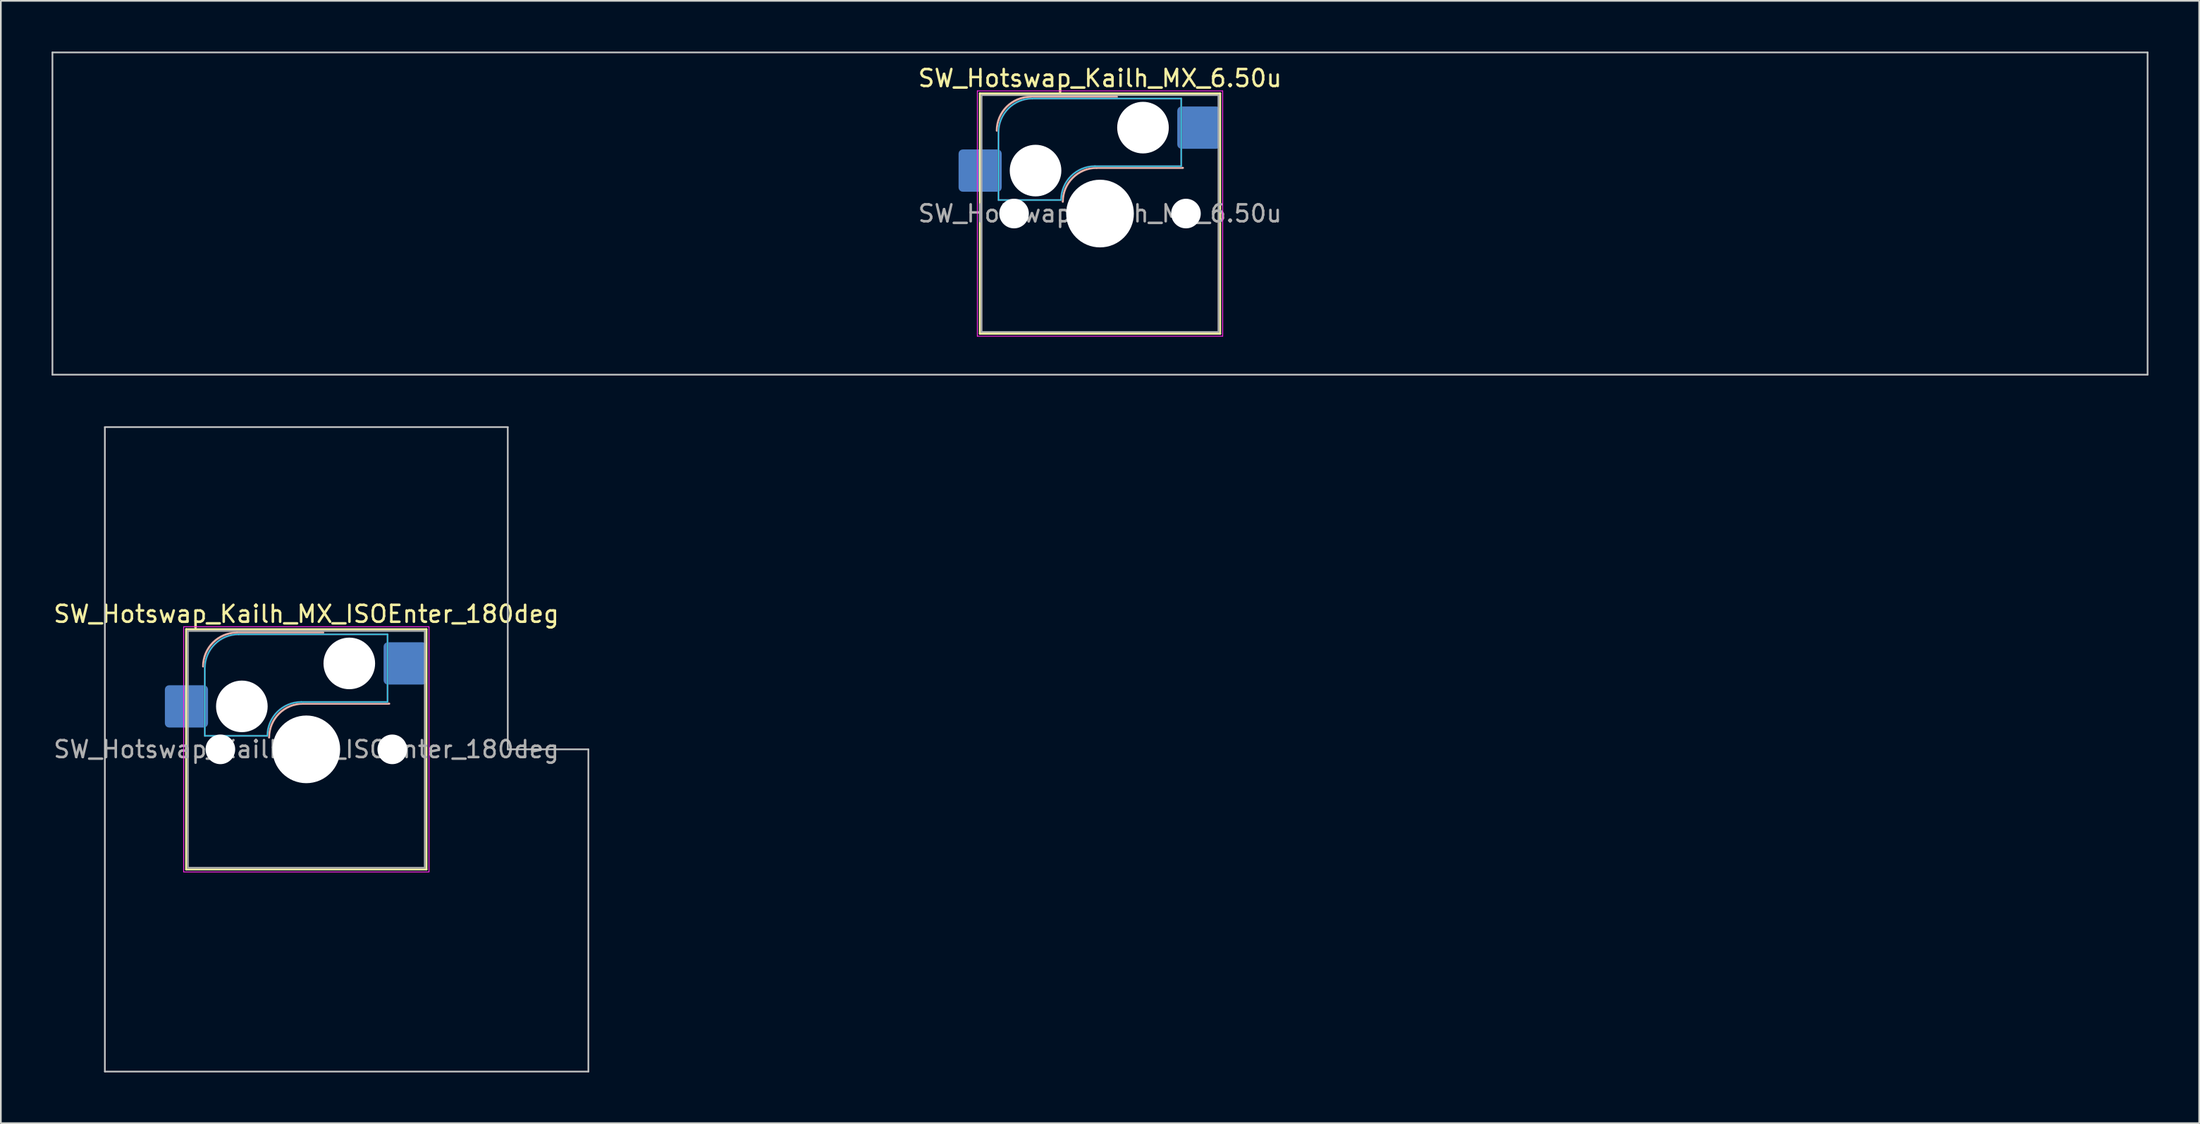
<source format=kicad_pcb>
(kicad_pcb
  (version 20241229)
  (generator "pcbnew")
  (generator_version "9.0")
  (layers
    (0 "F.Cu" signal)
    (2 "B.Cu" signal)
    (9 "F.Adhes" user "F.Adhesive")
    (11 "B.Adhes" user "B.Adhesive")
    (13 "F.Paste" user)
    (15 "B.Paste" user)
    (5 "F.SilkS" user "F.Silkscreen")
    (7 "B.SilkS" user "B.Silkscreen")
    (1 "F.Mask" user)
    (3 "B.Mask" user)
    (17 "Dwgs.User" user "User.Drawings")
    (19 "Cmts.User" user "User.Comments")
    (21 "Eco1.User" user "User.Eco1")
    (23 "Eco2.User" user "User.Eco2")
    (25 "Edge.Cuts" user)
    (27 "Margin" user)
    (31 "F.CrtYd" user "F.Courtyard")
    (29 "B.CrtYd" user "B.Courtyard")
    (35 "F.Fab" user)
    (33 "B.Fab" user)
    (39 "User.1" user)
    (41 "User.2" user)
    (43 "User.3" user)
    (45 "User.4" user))
  (footprint "SW_Hotswap_Kailh_MX_ISOEnter_180deg"
    (layer "F.Cu")
    (at 15.054 41.25)
    (property "Reference" "SW_Hotswap_Kailh_MX_ISOEnter_180deg" (at 0 -8 0) (layer "F.SilkS") (effects (font (size 1 1) (thickness 0.15))))
    (attr smd)
    (fp_line (start -7.1 -7.1) (end -7.1 7.1) (stroke (width 0.12) (type solid)) (layer "F.SilkS"))
    (fp_line (start -7.1 7.1) (end 7.1 7.1) (stroke (width 0.12) (type solid)) (layer "F.SilkS"))
    (fp_line (start 7.1 -7.1) (end -7.1 -7.1) (stroke (width 0.12) (type solid)) (layer "F.SilkS"))
    (fp_line (start 7.1 7.1) (end 7.1 -7.1) (stroke (width 0.12) (type solid)) (layer "F.SilkS"))
    (fp_line (start -4.1 -6.9) (end 1 -6.9) (stroke (width 0.12) (type solid)) (layer "B.SilkS"))
    (fp_line (start -0.2 -2.7) (end 4.9 -2.7) (stroke (width 0.12) (type solid)) (layer "B.SilkS"))
    (fp_arc (start -6.1 -4.9) (mid -5.514214 -6.314214) (end -4.1 -6.9) (stroke (width 0.12) (type solid)) (layer "B.SilkS"))
    (fp_arc (start -2.2 -0.7) (mid -1.614214 -2.114214) (end -0.2 -2.7) (stroke (width 0.12) (type solid)) (layer "B.SilkS"))
    (fp_line (start -11.906 -19.05) (end -11.906 19.05) (stroke (width 0.1) (type solid)) (layer "Dwgs.User"))
    (fp_line (start -11.906 19.05) (end 16.669 19.05) (stroke (width 0.1) (type solid)) (layer "Dwgs.User"))
    (fp_line (start 11.906 -19.05) (end -11.906 -19.05) (stroke (width 0.1) (type solid)) (layer "Dwgs.User"))
    (fp_line (start 11.906 0) (end 11.906 -19.05) (stroke (width 0.1) (type solid)) (layer "Dwgs.User"))
    (fp_line (start 16.669 0) (end 11.906 0) (stroke (width 0.1) (type solid)) (layer "Dwgs.User"))
    (fp_line (start 16.669 19.05) (end 16.669 0) (stroke (width 0.1) (type solid)) (layer "Dwgs.User"))
    (fp_line (start -7.8 -6) (end -7 -6) (stroke (width 0.1) (type solid)) (layer "Eco1.User"))
    (fp_line (start -7.8 -2.9) (end -7.8 -6) (stroke (width 0.1) (type solid)) (layer "Eco1.User"))
    (fp_line (start -7.8 2.9) (end -7 2.9) (stroke (width 0.1) (type solid)) (layer "Eco1.User"))
    (fp_line (start -7.8 6) (end -7.8 2.9) (stroke (width 0.1) (type solid)) (layer "Eco1.User"))
    (fp_line (start -7 -7) (end 7 -7) (stroke (width 0.1) (type solid)) (layer "Eco1.User"))
    (fp_line (start -7 -6) (end -7 -7) (stroke (width 0.1) (type solid)) (layer "Eco1.User"))
    (fp_line (start -7 -2.9) (end -7.8 -2.9) (stroke (width 0.1) (type solid)) (layer "Eco1.User"))
    (fp_line (start -7 2.9) (end -7 -2.9) (stroke (width 0.1) (type solid)) (layer "Eco1.User"))
    (fp_line (start -7 6) (end -7.8 6) (stroke (width 0.1) (type solid)) (layer "Eco1.User"))
    (fp_line (start -7 7) (end -7 6) (stroke (width 0.1) (type solid)) (layer "Eco1.User"))
    (fp_line (start 7 -7) (end 7 -6) (stroke (width 0.1) (type solid)) (layer "Eco1.User"))
    (fp_line (start 7 -6) (end 7.8 -6) (stroke (width 0.1) (type solid)) (layer "Eco1.User"))
    (fp_line (start 7 -2.9) (end 7 2.9) (stroke (width 0.1) (type solid)) (layer "Eco1.User"))
    (fp_line (start 7 2.9) (end 7.8 2.9) (stroke (width 0.1) (type solid)) (layer "Eco1.User"))
    (fp_line (start 7 6) (end 7 7) (stroke (width 0.1) (type solid)) (layer "Eco1.User"))
    (fp_line (start 7 7) (end -7 7) (stroke (width 0.1) (type solid)) (layer "Eco1.User"))
    (fp_line (start 7.8 -6) (end 7.8 -2.9) (stroke (width 0.1) (type solid)) (layer "Eco1.User"))
    (fp_line (start 7.8 -2.9) (end 7 -2.9) (stroke (width 0.1) (type solid)) (layer "Eco1.User"))
    (fp_line (start 7.8 2.9) (end 7.8 6) (stroke (width 0.1) (type solid)) (layer "Eco1.User"))
    (fp_line (start 7.8 6) (end 7 6) (stroke (width 0.1) (type solid)) (layer "Eco1.User"))
    (fp_line (start -6 -0.8) (end -6 -4.8) (stroke (width 0.05) (type solid)) (layer "B.CrtYd"))
    (fp_line (start -6 -0.8) (end -2.3 -0.8) (stroke (width 0.05) (type solid)) (layer "B.CrtYd"))
    (fp_line (start -4 -6.8) (end 4.8 -6.8) (stroke (width 0.05) (type solid)) (layer "B.CrtYd"))
    (fp_line (start -0.3 -2.8) (end 4.8 -2.8) (stroke (width 0.05) (type solid)) (layer "B.CrtYd"))
    (fp_line (start 4.8 -6.8) (end 4.8 -2.8) (stroke (width 0.05) (type solid)) (layer "B.CrtYd"))
    (fp_arc (start -6 -4.8) (mid -5.414214 -6.214214) (end -4 -6.8) (stroke (width 0.05) (type solid)) (layer "B.CrtYd"))
    (fp_arc (start -2.3 -0.8) (mid -1.714214 -2.214214) (end -0.3 -2.8) (stroke (width 0.05) (type solid)) (layer "B.CrtYd"))
    (fp_line (start -7.25 -7.25) (end -7.25 7.25) (stroke (width 0.05) (type solid)) (layer "F.CrtYd"))
    (fp_line (start -7.25 7.25) (end 7.25 7.25) (stroke (width 0.05) (type solid)) (layer "F.CrtYd"))
    (fp_line (start 7.25 -7.25) (end -7.25 -7.25) (stroke (width 0.05) (type solid)) (layer "F.CrtYd"))
    (fp_line (start 7.25 7.25) (end 7.25 -7.25) (stroke (width 0.05) (type solid)) (layer "F.CrtYd"))
    (fp_line (start -6 -0.8) (end -6 -4.8) (stroke (width 0.12) (type solid)) (layer "B.Fab"))
    (fp_line (start -6 -0.8) (end -2.3 -0.8) (stroke (width 0.12) (type solid)) (layer "B.Fab"))
    (fp_line (start -4 -6.8) (end 4.8 -6.8) (stroke (width 0.12) (type solid)) (layer "B.Fab"))
    (fp_line (start -0.3 -2.8) (end 4.8 -2.8) (stroke (width 0.12) (type solid)) (layer "B.Fab"))
    (fp_line (start 4.8 -6.8) (end 4.8 -2.8) (stroke (width 0.12) (type solid)) (layer "B.Fab"))
    (fp_arc (start -6 -4.8) (mid -5.414214 -6.214214) (end -4 -6.8) (stroke (width 0.12) (type solid)) (layer "B.Fab"))
    (fp_arc (start -2.3 -0.8) (mid -1.714214 -2.214214) (end -0.3 -2.8) (stroke (width 0.12) (type solid)) (layer "B.Fab"))
    (fp_line (start -7 -7) (end -7 7) (stroke (width 0.1) (type solid)) (layer "F.Fab"))
    (fp_line (start -7 7) (end 7 7) (stroke (width 0.1) (type solid)) (layer "F.Fab"))
    (fp_line (start 7 -7) (end -7 -7) (stroke (width 0.1) (type solid)) (layer "F.Fab"))
    (fp_line (start 7 7) (end 7 -7) (stroke (width 0.1) (type solid)) (layer "F.Fab"))
    (fp_text user "${REFERENCE}" (at 0 0 0) (layer "F.Fab") (effects (font (size 1 1) (thickness 0.15))))
    (pad "" np_thru_hole circle (at -5.08 0) (size 1.75 1.75) (drill 1.75) (layers "*.Cu" "*.Mask"))
    (pad "" np_thru_hole circle (at -3.81 -2.54) (size 3.05 3.05) (drill 3.05) (layers "*.Cu" "*.Mask"))
    (pad "" np_thru_hole circle (at 0 0) (size 4 4) (drill 4) (layers "*.Cu" "*.Mask"))
    (pad "" np_thru_hole circle (at 2.54 -5.08) (size 3.05 3.05) (drill 3.05) (layers "*.Cu" "*.Mask"))
    (pad "" np_thru_hole circle (at 5.08 0) (size 1.75 1.75) (drill 1.75) (layers "*.Cu" "*.Mask"))
    (pad "1" smd roundrect (at -7.085 -2.54) (size 2.55 2.5) (layers "B.Cu" "B.Mask" "B.Paste") (roundrect_rratio 0.1))
    (pad "2" smd roundrect (at 5.842 -5.08) (size 2.55 2.5) (layers "B.Cu" "B.Mask" "B.Paste") (roundrect_rratio 0.1)))
  (footprint "SW_Hotswap_Kailh_MX_6.50u"
    (layer "F.Cu")
    (at 61.962 9.575)
    (property "Reference" "SW_Hotswap_Kailh_MX_6.50u" (at 0 -8 0) (layer "F.SilkS") (effects (font (size 1 1) (thickness 0.15))))
    (attr smd)
    (fp_line (start -7.1 -7.1) (end -7.1 7.1) (stroke (width 0.12) (type solid)) (layer "F.SilkS"))
    (fp_line (start -7.1 7.1) (end 7.1 7.1) (stroke (width 0.12) (type solid)) (layer "F.SilkS"))
    (fp_line (start 7.1 -7.1) (end -7.1 -7.1) (stroke (width 0.12) (type solid)) (layer "F.SilkS"))
    (fp_line (start 7.1 7.1) (end 7.1 -7.1) (stroke (width 0.12) (type solid)) (layer "F.SilkS"))
    (fp_line (start -4.1 -6.9) (end 1 -6.9) (stroke (width 0.12) (type solid)) (layer "B.SilkS"))
    (fp_line (start -0.2 -2.7) (end 4.9 -2.7) (stroke (width 0.12) (type solid)) (layer "B.SilkS"))
    (fp_arc (start -6.1 -4.9) (mid -5.514214 -6.314214) (end -4.1 -6.9) (stroke (width 0.12) (type solid)) (layer "B.SilkS"))
    (fp_arc (start -2.2 -0.7) (mid -1.614214 -2.114214) (end -0.2 -2.7) (stroke (width 0.12) (type solid)) (layer "B.SilkS"))
    (fp_line (start -61.913 -9.525) (end -61.913 9.525) (stroke (width 0.1) (type solid)) (layer "Dwgs.User"))
    (fp_line (start -61.913 9.525) (end 61.913 9.525) (stroke (width 0.1) (type solid)) (layer "Dwgs.User"))
    (fp_line (start 61.913 -9.525) (end -61.913 -9.525) (stroke (width 0.1) (type solid)) (layer "Dwgs.User"))
    (fp_line (start 61.913 9.525) (end 61.913 -9.525) (stroke (width 0.1) (type solid)) (layer "Dwgs.User"))
    (fp_line (start -7.8 -6) (end -7 -6) (stroke (width 0.1) (type solid)) (layer "Eco1.User"))
    (fp_line (start -7.8 -2.9) (end -7.8 -6) (stroke (width 0.1) (type solid)) (layer "Eco1.User"))
    (fp_line (start -7.8 2.9) (end -7 2.9) (stroke (width 0.1) (type solid)) (layer "Eco1.User"))
    (fp_line (start -7.8 6) (end -7.8 2.9) (stroke (width 0.1) (type solid)) (layer "Eco1.User"))
    (fp_line (start -7 -7) (end 7 -7) (stroke (width 0.1) (type solid)) (layer "Eco1.User"))
    (fp_line (start -7 -6) (end -7 -7) (stroke (width 0.1) (type solid)) (layer "Eco1.User"))
    (fp_line (start -7 -2.9) (end -7.8 -2.9) (stroke (width 0.1) (type solid)) (layer "Eco1.User"))
    (fp_line (start -7 2.9) (end -7 -2.9) (stroke (width 0.1) (type solid)) (layer "Eco1.User"))
    (fp_line (start -7 6) (end -7.8 6) (stroke (width 0.1) (type solid)) (layer "Eco1.User"))
    (fp_line (start -7 7) (end -7 6) (stroke (width 0.1) (type solid)) (layer "Eco1.User"))
    (fp_line (start 7 -7) (end 7 -6) (stroke (width 0.1) (type solid)) (layer "Eco1.User"))
    (fp_line (start 7 -6) (end 7.8 -6) (stroke (width 0.1) (type solid)) (layer "Eco1.User"))
    (fp_line (start 7 -2.9) (end 7 2.9) (stroke (width 0.1) (type solid)) (layer "Eco1.User"))
    (fp_line (start 7 2.9) (end 7.8 2.9) (stroke (width 0.1) (type solid)) (layer "Eco1.User"))
    (fp_line (start 7 6) (end 7 7) (stroke (width 0.1) (type solid)) (layer "Eco1.User"))
    (fp_line (start 7 7) (end -7 7) (stroke (width 0.1) (type solid)) (layer "Eco1.User"))
    (fp_line (start 7.8 -6) (end 7.8 -2.9) (stroke (width 0.1) (type solid)) (layer "Eco1.User"))
    (fp_line (start 7.8 -2.9) (end 7 -2.9) (stroke (width 0.1) (type solid)) (layer "Eco1.User"))
    (fp_line (start 7.8 2.9) (end 7.8 6) (stroke (width 0.1) (type solid)) (layer "Eco1.User"))
    (fp_line (start 7.8 6) (end 7 6) (stroke (width 0.1) (type solid)) (layer "Eco1.User"))
    (fp_line (start -6 -0.8) (end -6 -4.8) (stroke (width 0.05) (type solid)) (layer "B.CrtYd"))
    (fp_line (start -6 -0.8) (end -2.3 -0.8) (stroke (width 0.05) (type solid)) (layer "B.CrtYd"))
    (fp_line (start -4 -6.8) (end 4.8 -6.8) (stroke (width 0.05) (type solid)) (layer "B.CrtYd"))
    (fp_line (start -0.3 -2.8) (end 4.8 -2.8) (stroke (width 0.05) (type solid)) (layer "B.CrtYd"))
    (fp_line (start 4.8 -6.8) (end 4.8 -2.8) (stroke (width 0.05) (type solid)) (layer "B.CrtYd"))
    (fp_arc (start -6 -4.8) (mid -5.414214 -6.214214) (end -4 -6.8) (stroke (width 0.05) (type solid)) (layer "B.CrtYd"))
    (fp_arc (start -2.3 -0.8) (mid -1.714214 -2.214214) (end -0.3 -2.8) (stroke (width 0.05) (type solid)) (layer "B.CrtYd"))
    (fp_line (start -7.25 -7.25) (end -7.25 7.25) (stroke (width 0.05) (type solid)) (layer "F.CrtYd"))
    (fp_line (start -7.25 7.25) (end 7.25 7.25) (stroke (width 0.05) (type solid)) (layer "F.CrtYd"))
    (fp_line (start 7.25 -7.25) (end -7.25 -7.25) (stroke (width 0.05) (type solid)) (layer "F.CrtYd"))
    (fp_line (start 7.25 7.25) (end 7.25 -7.25) (stroke (width 0.05) (type solid)) (layer "F.CrtYd"))
    (fp_line (start -6 -0.8) (end -6 -4.8) (stroke (width 0.12) (type solid)) (layer "B.Fab"))
    (fp_line (start -6 -0.8) (end -2.3 -0.8) (stroke (width 0.12) (type solid)) (layer "B.Fab"))
    (fp_line (start -4 -6.8) (end 4.8 -6.8) (stroke (width 0.12) (type solid)) (layer "B.Fab"))
    (fp_line (start -0.3 -2.8) (end 4.8 -2.8) (stroke (width 0.12) (type solid)) (layer "B.Fab"))
    (fp_line (start 4.8 -6.8) (end 4.8 -2.8) (stroke (width 0.12) (type solid)) (layer "B.Fab"))
    (fp_arc (start -6 -4.8) (mid -5.414214 -6.214214) (end -4 -6.8) (stroke (width 0.12) (type solid)) (layer "B.Fab"))
    (fp_arc (start -2.3 -0.8) (mid -1.714214 -2.214214) (end -0.3 -2.8) (stroke (width 0.12) (type solid)) (layer "B.Fab"))
    (fp_line (start -7 -7) (end -7 7) (stroke (width 0.1) (type solid)) (layer "F.Fab"))
    (fp_line (start -7 7) (end 7 7) (stroke (width 0.1) (type solid)) (layer "F.Fab"))
    (fp_line (start 7 -7) (end -7 -7) (stroke (width 0.1) (type solid)) (layer "F.Fab"))
    (fp_line (start 7 7) (end 7 -7) (stroke (width 0.1) (type solid)) (layer "F.Fab"))
    (fp_text user "${REFERENCE}" (at 0 0 0) (layer "F.Fab") (effects (font (size 1 1) (thickness 0.15))))
    (pad "" np_thru_hole circle (at -5.08 0) (size 1.75 1.75) (drill 1.75) (layers "*.Cu" "*.Mask"))
    (pad "" np_thru_hole circle (at -3.81 -2.54) (size 3.05 3.05) (drill 3.05) (layers "*.Cu" "*.Mask"))
    (pad "" np_thru_hole circle (at 0 0) (size 4 4) (drill 4) (layers "*.Cu" "*.Mask"))
    (pad "" np_thru_hole circle (at 2.54 -5.08) (size 3.05 3.05) (drill 3.05) (layers "*.Cu" "*.Mask"))
    (pad "" np_thru_hole circle (at 5.08 0) (size 1.75 1.75) (drill 1.75) (layers "*.Cu" "*.Mask"))
    (pad "1" smd roundrect (at -7.085 -2.54) (size 2.55 2.5) (layers "B.Cu" "B.Mask" "B.Paste") (roundrect_rratio 0.1))
    (pad "2" smd roundrect (at 5.842 -5.08) (size 2.55 2.5) (layers "B.Cu" "B.Mask" "B.Paste") (roundrect_rratio 0.1)))
  (gr_rect
    (start -3 -3)
    (end 126.925 63.35)
    (stroke (width 0.1) (type default))
    (fill no)
    (layer "Edge.Cuts")))
</source>
